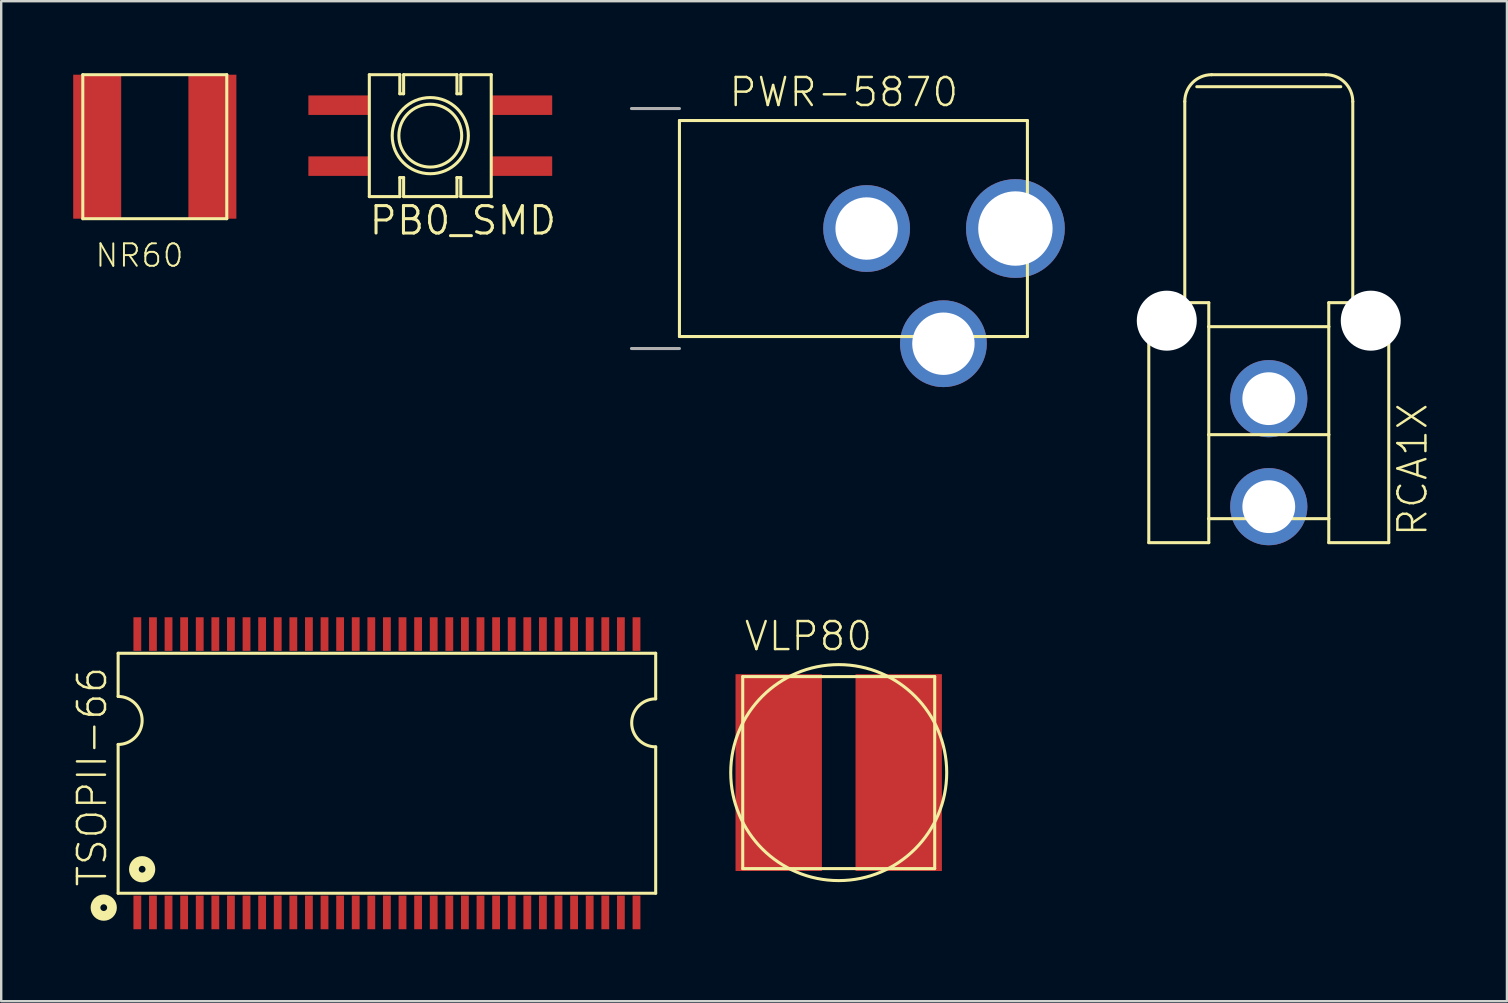
<source format=kicad_pcb>
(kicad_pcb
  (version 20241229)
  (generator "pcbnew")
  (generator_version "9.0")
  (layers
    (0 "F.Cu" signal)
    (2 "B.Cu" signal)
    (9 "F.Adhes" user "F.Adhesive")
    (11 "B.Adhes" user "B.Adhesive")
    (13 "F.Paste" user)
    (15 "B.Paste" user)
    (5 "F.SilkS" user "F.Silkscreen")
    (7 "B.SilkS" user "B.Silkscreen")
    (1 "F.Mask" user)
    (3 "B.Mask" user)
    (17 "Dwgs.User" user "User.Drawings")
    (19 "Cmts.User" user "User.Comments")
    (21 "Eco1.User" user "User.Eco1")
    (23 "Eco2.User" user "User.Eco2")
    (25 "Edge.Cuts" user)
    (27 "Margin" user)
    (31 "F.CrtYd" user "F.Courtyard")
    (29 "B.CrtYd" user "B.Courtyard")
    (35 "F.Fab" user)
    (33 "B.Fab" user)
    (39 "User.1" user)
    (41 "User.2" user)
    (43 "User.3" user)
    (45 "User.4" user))
  (footprint "PB0_SMD"
    (layer "F.Cu")
    (at 14.88 2.603)
    (property "Reference" "PB0_SMD" (at -2.616 4.204 0) (unlocked yes) (layer "F.SilkS") (effects (font (size 1.143 1.143) (thickness 0.127)) (justify left bottom)))
    (fp_line (start -2.54 -2.54) (end -1.27 -2.54) (stroke (width 0.127) (type solid)) (layer "F.SilkS"))
    (fp_line (start -2.54 2.54) (end -2.54 -2.54) (stroke (width 0.127) (type solid)) (layer "F.SilkS"))
    (fp_line (start -2.54 2.54) (end -1.27 2.54) (stroke (width 0.127) (type solid)) (layer "F.SilkS"))
    (fp_line (start -1.27 -2.54) (end -1.27 -1.746) (stroke (width 0.127) (type solid)) (layer "F.SilkS"))
    (fp_line (start -1.27 -1.746) (end -1.111 -1.746) (stroke (width 0.127) (type solid)) (layer "F.SilkS"))
    (fp_line (start -1.27 1.746) (end -1.111 1.746) (stroke (width 0.127) (type solid)) (layer "F.SilkS"))
    (fp_line (start -1.27 2.54) (end -1.27 1.746) (stroke (width 0.127) (type solid)) (layer "F.SilkS"))
    (fp_line (start -1.111 -2.54) (end 1.111 -2.54) (stroke (width 0.127) (type solid)) (layer "F.SilkS"))
    (fp_line (start -1.111 -1.746) (end -1.111 -2.54) (stroke (width 0.127) (type solid)) (layer "F.SilkS"))
    (fp_line (start -1.111 1.746) (end -1.111 2.54) (stroke (width 0.127) (type solid)) (layer "F.SilkS"))
    (fp_line (start -1.111 2.54) (end 1.111 2.54) (stroke (width 0.127) (type solid)) (layer "F.SilkS"))
    (fp_line (start 1.111 -2.54) (end 1.111 -1.746) (stroke (width 0.127) (type solid)) (layer "F.SilkS"))
    (fp_line (start 1.111 -1.746) (end 1.27 -1.746) (stroke (width 0.127) (type solid)) (layer "F.SilkS"))
    (fp_line (start 1.111 1.746) (end 1.27 1.746) (stroke (width 0.127) (type solid)) (layer "F.SilkS"))
    (fp_line (start 1.111 2.54) (end 1.111 1.746) (stroke (width 0.127) (type solid)) (layer "F.SilkS"))
    (fp_line (start 1.27 -2.54) (end 2.54 -2.54) (stroke (width 0.127) (type solid)) (layer "F.SilkS"))
    (fp_line (start 1.27 -1.746) (end 1.27 -2.54) (stroke (width 0.127) (type solid)) (layer "F.SilkS"))
    (fp_line (start 1.27 1.746) (end 1.27 2.54) (stroke (width 0.127) (type solid)) (layer "F.SilkS"))
    (fp_line (start 1.27 2.54) (end 2.54 2.54) (stroke (width 0.127) (type solid)) (layer "F.SilkS"))
    (fp_line (start 2.54 -2.54) (end 2.54 2.54) (stroke (width 0.127) (type solid)) (layer "F.SilkS"))
    (fp_circle (center 0 0) (end 1.309 0) (stroke (width 0.127) (type solid)) (fill no) (layer "F.SilkS"))
    (fp_circle (center 0 0) (end 1.587 0) (stroke (width 0.127) (type solid)) (fill no) (layer "F.SilkS"))
    (pad "1" smd rect (at -3.81 -1.27) (size 2.54 0.813) (layers "F.Cu" "F.Mask" "F.Paste"))
    (pad "2" smd rect (at 3.81 -1.27) (size 2.54 0.813) (layers "F.Cu" "F.Mask" "F.Paste"))
    (pad "3" smd rect (at -3.81 1.27) (size 2.54 0.813) (layers "F.Cu" "F.Mask" "F.Paste"))
    (pad "4" smd rect (at 3.81 1.27) (size 2.54 0.813) (layers "F.Cu" "F.Mask" "F.Paste")))
  (footprint "PWR-5870"
    (layer "F.Cu")
    (at 25.263 6.473)
    (property "Reference" "PWR-5870" (at 2 -5 0) (unlocked yes) (layer "F.SilkS") (effects (font (size 1.168 1.168) (thickness 0.102)) (justify left bottom)))
    (fp_line (start 0 -4.5) (end 0 4.5) (stroke (width 0.127) (type solid)) (layer "F.SilkS"))
    (fp_line (start 0 4.5) (end 14.5 4.5) (stroke (width 0.127) (type solid)) (layer "F.SilkS"))
    (fp_line (start 14.5 -4.5) (end 0 -4.5) (stroke (width 0.127) (type solid)) (layer "F.SilkS"))
    (fp_line (start 14.5 4.5) (end 14.5 -4.5) (stroke (width 0.127) (type solid)) (layer "F.SilkS"))
    (fp_line (start 0 -5) (end -2 -5) (stroke (width 0.127) (type solid)) (layer "F.Fab"))
    (fp_line (start 0 5) (end -2 5) (stroke (width 0.127) (type solid)) (layer "F.Fab"))
    (pad "1" thru_hole circle (at 14 0) (size 4.116 4.116) (drill 3.1) (layers "*.Cu" "*.Mask"))
    (pad "2" thru_hole circle (at 11 4.8) (size 3.616 3.616) (drill 2.6) (layers "*.Cu" "*.Mask"))
    (pad "3" thru_hole circle (at 7.8 0) (size 3.616 3.616) (drill 2.6) (layers "*.Cu" "*.Mask")))
  (footprint "NR60"
    (layer "F.Cu")
    (at 3.4 3.063)
    (property "Reference" "NR60" (at -2.54 5.08 0) (unlocked yes) (layer "F.SilkS") (effects (font (size 0.935 0.935) (thickness 0.081)) (justify left bottom)))
    (fp_line (start -3 -3) (end -3 3) (stroke (width 0.127) (type solid)) (layer "F.SilkS"))
    (fp_line (start -3 3) (end 3 3) (stroke (width 0.127) (type solid)) (layer "F.SilkS"))
    (fp_line (start 3 -3) (end -3 -3) (stroke (width 0.127) (type solid)) (layer "F.SilkS"))
    (fp_line (start 3 3) (end 3 -3) (stroke (width 0.127) (type solid)) (layer "F.SilkS"))
    (pad "P$1" smd rect (at -2.4 0) (size 2 6) (layers "F.Cu" "F.Mask" "F.Paste"))
    (pad "P$2" smd rect (at 2.4 0) (size 2 6) (layers "F.Cu" "F.Mask" "F.Paste")))
  (footprint "TSOPII-66"
    (layer "F.Cu")
    (at 13.073 29.172)
    (property "Reference" "TSOPII-66" (at -11.6 4.8 90) (unlocked yes) (layer "F.SilkS") (effects (font (size 1.168 1.168) (thickness 0.102)) (justify left bottom)))
    (fp_line (start -11.2 -5) (end -11.2 -3.2) (stroke (width 0.127) (type solid)) (layer "F.SilkS"))
    (fp_line (start -11.2 -1.2) (end -11.2 5) (stroke (width 0.127) (type solid)) (layer "F.SilkS"))
    (fp_line (start -11.2 5) (end 11.2 5) (stroke (width 0.127) (type solid)) (layer "F.SilkS"))
    (fp_line (start 11.2 -5) (end -11.2 -5) (stroke (width 0.127) (type solid)) (layer "F.SilkS"))
    (fp_line (start 11.2 -3.1) (end 11.2 -5) (stroke (width 0.127) (type solid)) (layer "F.SilkS"))
    (fp_line (start 11.2 5) (end 11.2 -1.1) (stroke (width 0.127) (type solid)) (layer "F.SilkS"))
    (fp_arc (start -11.2 -3.2) (mid -10.2 -2.2) (end -11.2 -1.2) (stroke (width 0.127) (type solid)) (layer "F.SilkS"))
    (fp_arc (start 11.2 -1.1) (mid 10.2 -2.1) (end 11.2 -3.1) (stroke (width 0.127) (type solid)) (layer "F.SilkS"))
    (fp_circle (center -11.8 5.6) (end -11.659 5.6) (stroke (width 0.406) (type solid)) (fill no) (layer "F.SilkS"))
    (fp_circle (center -10.2 4) (end -10.059 4) (stroke (width 0.406) (type solid)) (fill no) (layer "F.SilkS"))
    (pad "1" smd rect (at -10.4 5.8) (size 0.325 1.4) (layers "F.Cu" "F.Mask" "F.Paste"))
    (pad "2" smd rect (at -9.75 5.8) (size 0.325 1.4) (layers "F.Cu" "F.Mask" "F.Paste"))
    (pad "3" smd rect (at -9.1 5.8) (size 0.325 1.4) (layers "F.Cu" "F.Mask" "F.Paste"))
    (pad "4" smd rect (at -8.45 5.8) (size 0.325 1.4) (layers "F.Cu" "F.Mask" "F.Paste"))
    (pad "5" smd rect (at -7.8 5.8) (size 0.325 1.4) (layers "F.Cu" "F.Mask" "F.Paste"))
    (pad "6" smd rect (at -7.15 5.8) (size 0.325 1.4) (layers "F.Cu" "F.Mask" "F.Paste"))
    (pad "7" smd rect (at -6.5 5.8) (size 0.325 1.4) (layers "F.Cu" "F.Mask" "F.Paste"))
    (pad "8" smd rect (at -5.85 5.8) (size 0.325 1.4) (layers "F.Cu" "F.Mask" "F.Paste"))
    (pad "9" smd rect (at -5.2 5.8) (size 0.325 1.4) (layers "F.Cu" "F.Mask" "F.Paste"))
    (pad "10" smd rect (at -4.55 5.8) (size 0.325 1.4) (layers "F.Cu" "F.Mask" "F.Paste"))
    (pad "11" smd rect (at -3.9 5.8) (size 0.325 1.4) (layers "F.Cu" "F.Mask" "F.Paste"))
    (pad "12" smd rect (at -3.25 5.8) (size 0.325 1.4) (layers "F.Cu" "F.Mask" "F.Paste"))
    (pad "13" smd rect (at -2.6 5.8) (size 0.325 1.4) (layers "F.Cu" "F.Mask" "F.Paste"))
    (pad "14" smd rect (at -1.95 5.8) (size 0.325 1.4) (layers "F.Cu" "F.Mask" "F.Paste"))
    (pad "15" smd rect (at -1.3 5.8) (size 0.325 1.4) (layers "F.Cu" "F.Mask" "F.Paste"))
    (pad "16" smd rect (at -0.65 5.8) (size 0.325 1.4) (layers "F.Cu" "F.Mask" "F.Paste"))
    (pad "17" smd rect (at 0 5.8) (size 0.325 1.4) (layers "F.Cu" "F.Mask" "F.Paste"))
    (pad "18" smd rect (at 0.65 5.8) (size 0.325 1.4) (layers "F.Cu" "F.Mask" "F.Paste"))
    (pad "19" smd rect (at 1.3 5.8) (size 0.325 1.4) (layers "F.Cu" "F.Mask" "F.Paste"))
    (pad "20" smd rect (at 1.95 5.8) (size 0.325 1.4) (layers "F.Cu" "F.Mask" "F.Paste"))
    (pad "21" smd rect (at 2.6 5.8) (size 0.325 1.4) (layers "F.Cu" "F.Mask" "F.Paste"))
    (pad "22" smd rect (at 3.25 5.8) (size 0.325 1.4) (layers "F.Cu" "F.Mask" "F.Paste"))
    (pad "23" smd rect (at 3.9 5.8) (size 0.325 1.4) (layers "F.Cu" "F.Mask" "F.Paste"))
    (pad "24" smd rect (at 4.55 5.8) (size 0.325 1.4) (layers "F.Cu" "F.Mask" "F.Paste"))
    (pad "25" smd rect (at 5.2 5.8) (size 0.325 1.4) (layers "F.Cu" "F.Mask" "F.Paste"))
    (pad "26" smd rect (at 5.85 5.8) (size 0.325 1.4) (layers "F.Cu" "F.Mask" "F.Paste"))
    (pad "27" smd rect (at 6.5 5.8) (size 0.325 1.4) (layers "F.Cu" "F.Mask" "F.Paste"))
    (pad "28" smd rect (at 7.15 5.8) (size 0.325 1.4) (layers "F.Cu" "F.Mask" "F.Paste"))
    (pad "29" smd rect (at 7.8 5.8) (size 0.325 1.4) (layers "F.Cu" "F.Mask" "F.Paste"))
    (pad "30" smd rect (at 8.45 5.8) (size 0.325 1.4) (layers "F.Cu" "F.Mask" "F.Paste"))
    (pad "31" smd rect (at 9.1 5.8) (size 0.325 1.4) (layers "F.Cu" "F.Mask" "F.Paste"))
    (pad "32" smd rect (at 9.75 5.8) (size 0.325 1.4) (layers "F.Cu" "F.Mask" "F.Paste"))
    (pad "33" smd rect (at 10.4 5.8) (size 0.325 1.4) (layers "F.Cu" "F.Mask" "F.Paste"))
    (pad "34" smd rect (at 10.4 -5.8) (size 0.325 1.4) (layers "F.Cu" "F.Mask" "F.Paste"))
    (pad "35" smd rect (at 9.75 -5.8) (size 0.325 1.4) (layers "F.Cu" "F.Mask" "F.Paste"))
    (pad "36" smd rect (at 9.1 -5.8) (size 0.325 1.4) (layers "F.Cu" "F.Mask" "F.Paste"))
    (pad "37" smd rect (at 8.45 -5.8) (size 0.325 1.4) (layers "F.Cu" "F.Mask" "F.Paste"))
    (pad "38" smd rect (at 7.8 -5.8) (size 0.325 1.4) (layers "F.Cu" "F.Mask" "F.Paste"))
    (pad "39" smd rect (at 7.15 -5.8) (size 0.325 1.4) (layers "F.Cu" "F.Mask" "F.Paste"))
    (pad "40" smd rect (at 6.5 -5.8) (size 0.325 1.4) (layers "F.Cu" "F.Mask" "F.Paste"))
    (pad "41" smd rect (at 5.85 -5.8) (size 0.325 1.4) (layers "F.Cu" "F.Mask" "F.Paste"))
    (pad "42" smd rect (at 5.2 -5.8) (size 0.325 1.4) (layers "F.Cu" "F.Mask" "F.Paste"))
    (pad "43" smd rect (at 4.55 -5.8) (size 0.325 1.4) (layers "F.Cu" "F.Mask" "F.Paste"))
    (pad "44" smd rect (at 3.9 -5.8) (size 0.325 1.4) (layers "F.Cu" "F.Mask" "F.Paste"))
    (pad "45" smd rect (at 3.25 -5.8) (size 0.325 1.4) (layers "F.Cu" "F.Mask" "F.Paste"))
    (pad "46" smd rect (at 2.6 -5.8) (size 0.325 1.4) (layers "F.Cu" "F.Mask" "F.Paste"))
    (pad "47" smd rect (at 1.95 -5.8) (size 0.325 1.4) (layers "F.Cu" "F.Mask" "F.Paste"))
    (pad "48" smd rect (at 1.3 -5.8) (size 0.325 1.4) (layers "F.Cu" "F.Mask" "F.Paste"))
    (pad "49" smd rect (at 0.65 -5.8) (size 0.325 1.4) (layers "F.Cu" "F.Mask" "F.Paste"))
    (pad "50" smd rect (at 0 -5.8) (size 0.325 1.4) (layers "F.Cu" "F.Mask" "F.Paste"))
    (pad "51" smd rect (at -0.65 -5.8) (size 0.325 1.4) (layers "F.Cu" "F.Mask" "F.Paste"))
    (pad "52" smd rect (at -1.3 -5.8) (size 0.325 1.4) (layers "F.Cu" "F.Mask" "F.Paste"))
    (pad "53" smd rect (at -1.95 -5.8) (size 0.325 1.4) (layers "F.Cu" "F.Mask" "F.Paste"))
    (pad "54" smd rect (at -2.6 -5.8) (size 0.325 1.4) (layers "F.Cu" "F.Mask" "F.Paste"))
    (pad "55" smd rect (at -3.25 -5.8) (size 0.325 1.4) (layers "F.Cu" "F.Mask" "F.Paste"))
    (pad "56" smd rect (at -3.9 -5.8) (size 0.325 1.4) (layers "F.Cu" "F.Mask" "F.Paste"))
    (pad "57" smd rect (at -4.55 -5.8) (size 0.325 1.4) (layers "F.Cu" "F.Mask" "F.Paste"))
    (pad "58" smd rect (at -5.2 -5.8) (size 0.325 1.4) (layers "F.Cu" "F.Mask" "F.Paste"))
    (pad "59" smd rect (at -5.85 -5.8) (size 0.325 1.4) (layers "F.Cu" "F.Mask" "F.Paste"))
    (pad "60" smd rect (at -6.5 -5.8) (size 0.325 1.4) (layers "F.Cu" "F.Mask" "F.Paste"))
    (pad "61" smd rect (at -7.15 -5.8) (size 0.325 1.4) (layers "F.Cu" "F.Mask" "F.Paste"))
    (pad "62" smd rect (at -7.8 -5.8) (size 0.325 1.4) (layers "F.Cu" "F.Mask" "F.Paste"))
    (pad "63" smd rect (at -8.45 -5.8) (size 0.325 1.4) (layers "F.Cu" "F.Mask" "F.Paste"))
    (pad "64" smd rect (at -9.1 -5.8) (size 0.325 1.4) (layers "F.Cu" "F.Mask" "F.Paste"))
    (pad "65" smd rect (at -9.75 -5.8) (size 0.325 1.4) (layers "F.Cu" "F.Mask" "F.Paste"))
    (pad "66" smd rect (at -10.4 -5.8) (size 0.325 1.4) (layers "F.Cu" "F.Mask" "F.Paste")))
  (footprint "RCA1X"
    (layer "F.Cu")
    (at 49.821 13.563)
    (property "Reference" "RCA1X" (at 6.675 5.81 90) (unlocked yes) (layer "F.SilkS") (effects (font (size 1.168 1.168) (thickness 0.102)) (justify left bottom)))
    (fp_line (start -5 -4) (end -3.5 -4) (stroke (width 0.127) (type solid)) (layer "F.SilkS"))
    (fp_line (start -5 6) (end -5 -4) (stroke (width 0.127) (type solid)) (layer "F.SilkS"))
    (fp_line (start -3.5 -4) (end -3.5 -12.382) (stroke (width 0.127) (type solid)) (layer "F.SilkS"))
    (fp_line (start -3.5 -4) (end -2.5 -4) (stroke (width 0.127) (type solid)) (layer "F.SilkS"))
    (fp_line (start -3 -13) (end 3 -13) (stroke (width 0.127) (type solid)) (layer "F.SilkS"))
    (fp_line (start -2.5 -4) (end -2.5 -3) (stroke (width 0.127) (type solid)) (layer "F.SilkS"))
    (fp_line (start -2.5 -3) (end -2.5 1.5) (stroke (width 0.127) (type solid)) (layer "F.SilkS"))
    (fp_line (start -2.5 -3) (end 2.5 -3) (stroke (width 0.127) (type solid)) (layer "F.SilkS"))
    (fp_line (start -2.5 1.5) (end -2.5 5) (stroke (width 0.127) (type solid)) (layer "F.SilkS"))
    (fp_line (start -2.5 1.5) (end 2.5 1.5) (stroke (width 0.127) (type solid)) (layer "F.SilkS"))
    (fp_line (start -2.5 5) (end -2.5 6) (stroke (width 0.127) (type solid)) (layer "F.SilkS"))
    (fp_line (start -2.5 5) (end -0.5 5) (stroke (width 0.127) (type solid)) (layer "F.SilkS"))
    (fp_line (start -2.5 6) (end -5 6) (stroke (width 0.127) (type solid)) (layer "F.SilkS"))
    (fp_line (start -0.5 5) (end 0 4.5) (stroke (width 0.127) (type solid)) (layer "F.SilkS"))
    (fp_line (start 0 4.5) (end 0.5 5) (stroke (width 0.127) (type solid)) (layer "F.SilkS"))
    (fp_line (start 0.5 5) (end 2.5 5) (stroke (width 0.127) (type solid)) (layer "F.SilkS"))
    (fp_line (start 2.382 -13.5) (end -2.382 -13.5) (stroke (width 0.127) (type solid)) (layer "F.SilkS"))
    (fp_line (start 2.5 -4) (end 3.5 -4) (stroke (width 0.127) (type solid)) (layer "F.SilkS"))
    (fp_line (start 2.5 -3) (end 2.5 -4) (stroke (width 0.127) (type solid)) (layer "F.SilkS"))
    (fp_line (start 2.5 -3) (end 2.5 1.5) (stroke (width 0.127) (type solid)) (layer "F.SilkS"))
    (fp_line (start 2.5 1.5) (end 2.5 5) (stroke (width 0.127) (type solid)) (layer "F.SilkS"))
    (fp_line (start 2.5 5) (end 2.5 6) (stroke (width 0.127) (type solid)) (layer "F.SilkS"))
    (fp_line (start 3.5 -4) (end 3.5 -12.382) (stroke (width 0.127) (type solid)) (layer "F.SilkS"))
    (fp_line (start 3.5 -4) (end 5 -4) (stroke (width 0.127) (type solid)) (layer "F.SilkS"))
    (fp_line (start 5 6) (end 2.5 6) (stroke (width 0.127) (type solid)) (layer "F.SilkS"))
    (fp_line (start 5 6) (end 5 -4) (stroke (width 0.127) (type solid)) (layer "F.SilkS"))
    (fp_arc (start -3.5 -12.381968) (mid -3.172536 -13.172536) (end -2.381968 -13.5) (stroke (width 0.127) (type solid)) (layer "F.SilkS"))
    (fp_arc (start 2.381968 -13.5) (mid 3.172536 -13.172536) (end 3.5 -12.381968) (stroke (width 0.127) (type solid)) (layer "F.SilkS"))
    (pad "" np_thru_hole circle (at -4.25 -3.25) (size 2.5 2.5) (drill 2.5) (layers "*.Cu" "*.Mask"))
    (pad "" np_thru_hole circle (at 4.25 -3.25) (size 2.5 2.5) (drill 2.5) (layers "*.Cu" "*.Mask"))
    (pad "1" thru_hole circle (at 0 0) (size 3.216 3.216) (drill 2.2) (layers "*.Cu" "*.Mask"))
    (pad "2" thru_hole circle (at 0 4.5 270) (size 3.216 3.216) (drill 2.2) (layers "*.Cu" "*.Mask")))
  (footprint "VLP80"
    (layer "F.Cu")
    (at 31.9 29.145)
    (property "Reference" "VLP80" (at -4 -5 0) (unlocked yes) (layer "F.SilkS") (effects (font (size 1.168 1.168) (thickness 0.102)) (justify left bottom)))
    (fp_line (start -4 -4) (end 4 -4) (stroke (width 0.127) (type solid)) (layer "F.SilkS"))
    (fp_line (start -4 4) (end -4 -4) (stroke (width 0.127) (type solid)) (layer "F.SilkS"))
    (fp_line (start 4 -4) (end 4 4) (stroke (width 0.127) (type solid)) (layer "F.SilkS"))
    (fp_line (start 4 4) (end -4 4) (stroke (width 0.127) (type solid)) (layer "F.SilkS"))
    (fp_circle (center 0 0) (end 4.5 0) (stroke (width 0.127) (type solid)) (fill no) (layer "F.SilkS"))
    (pad "P$1" smd rect (at 2.5 0) (size 3.6 8.2) (layers "F.Cu" "F.Mask" "F.Paste"))
    (pad "P$2" smd rect (at -2.5 0) (size 3.6 8.2) (layers "F.Cu" "F.Mask" "F.Paste")))
  (gr_rect
    (start -3 -3)
    (end 59.746 38.672)
    (stroke (width 0.1) (type default))
    (fill no)
    (layer "Edge.Cuts")))
</source>
